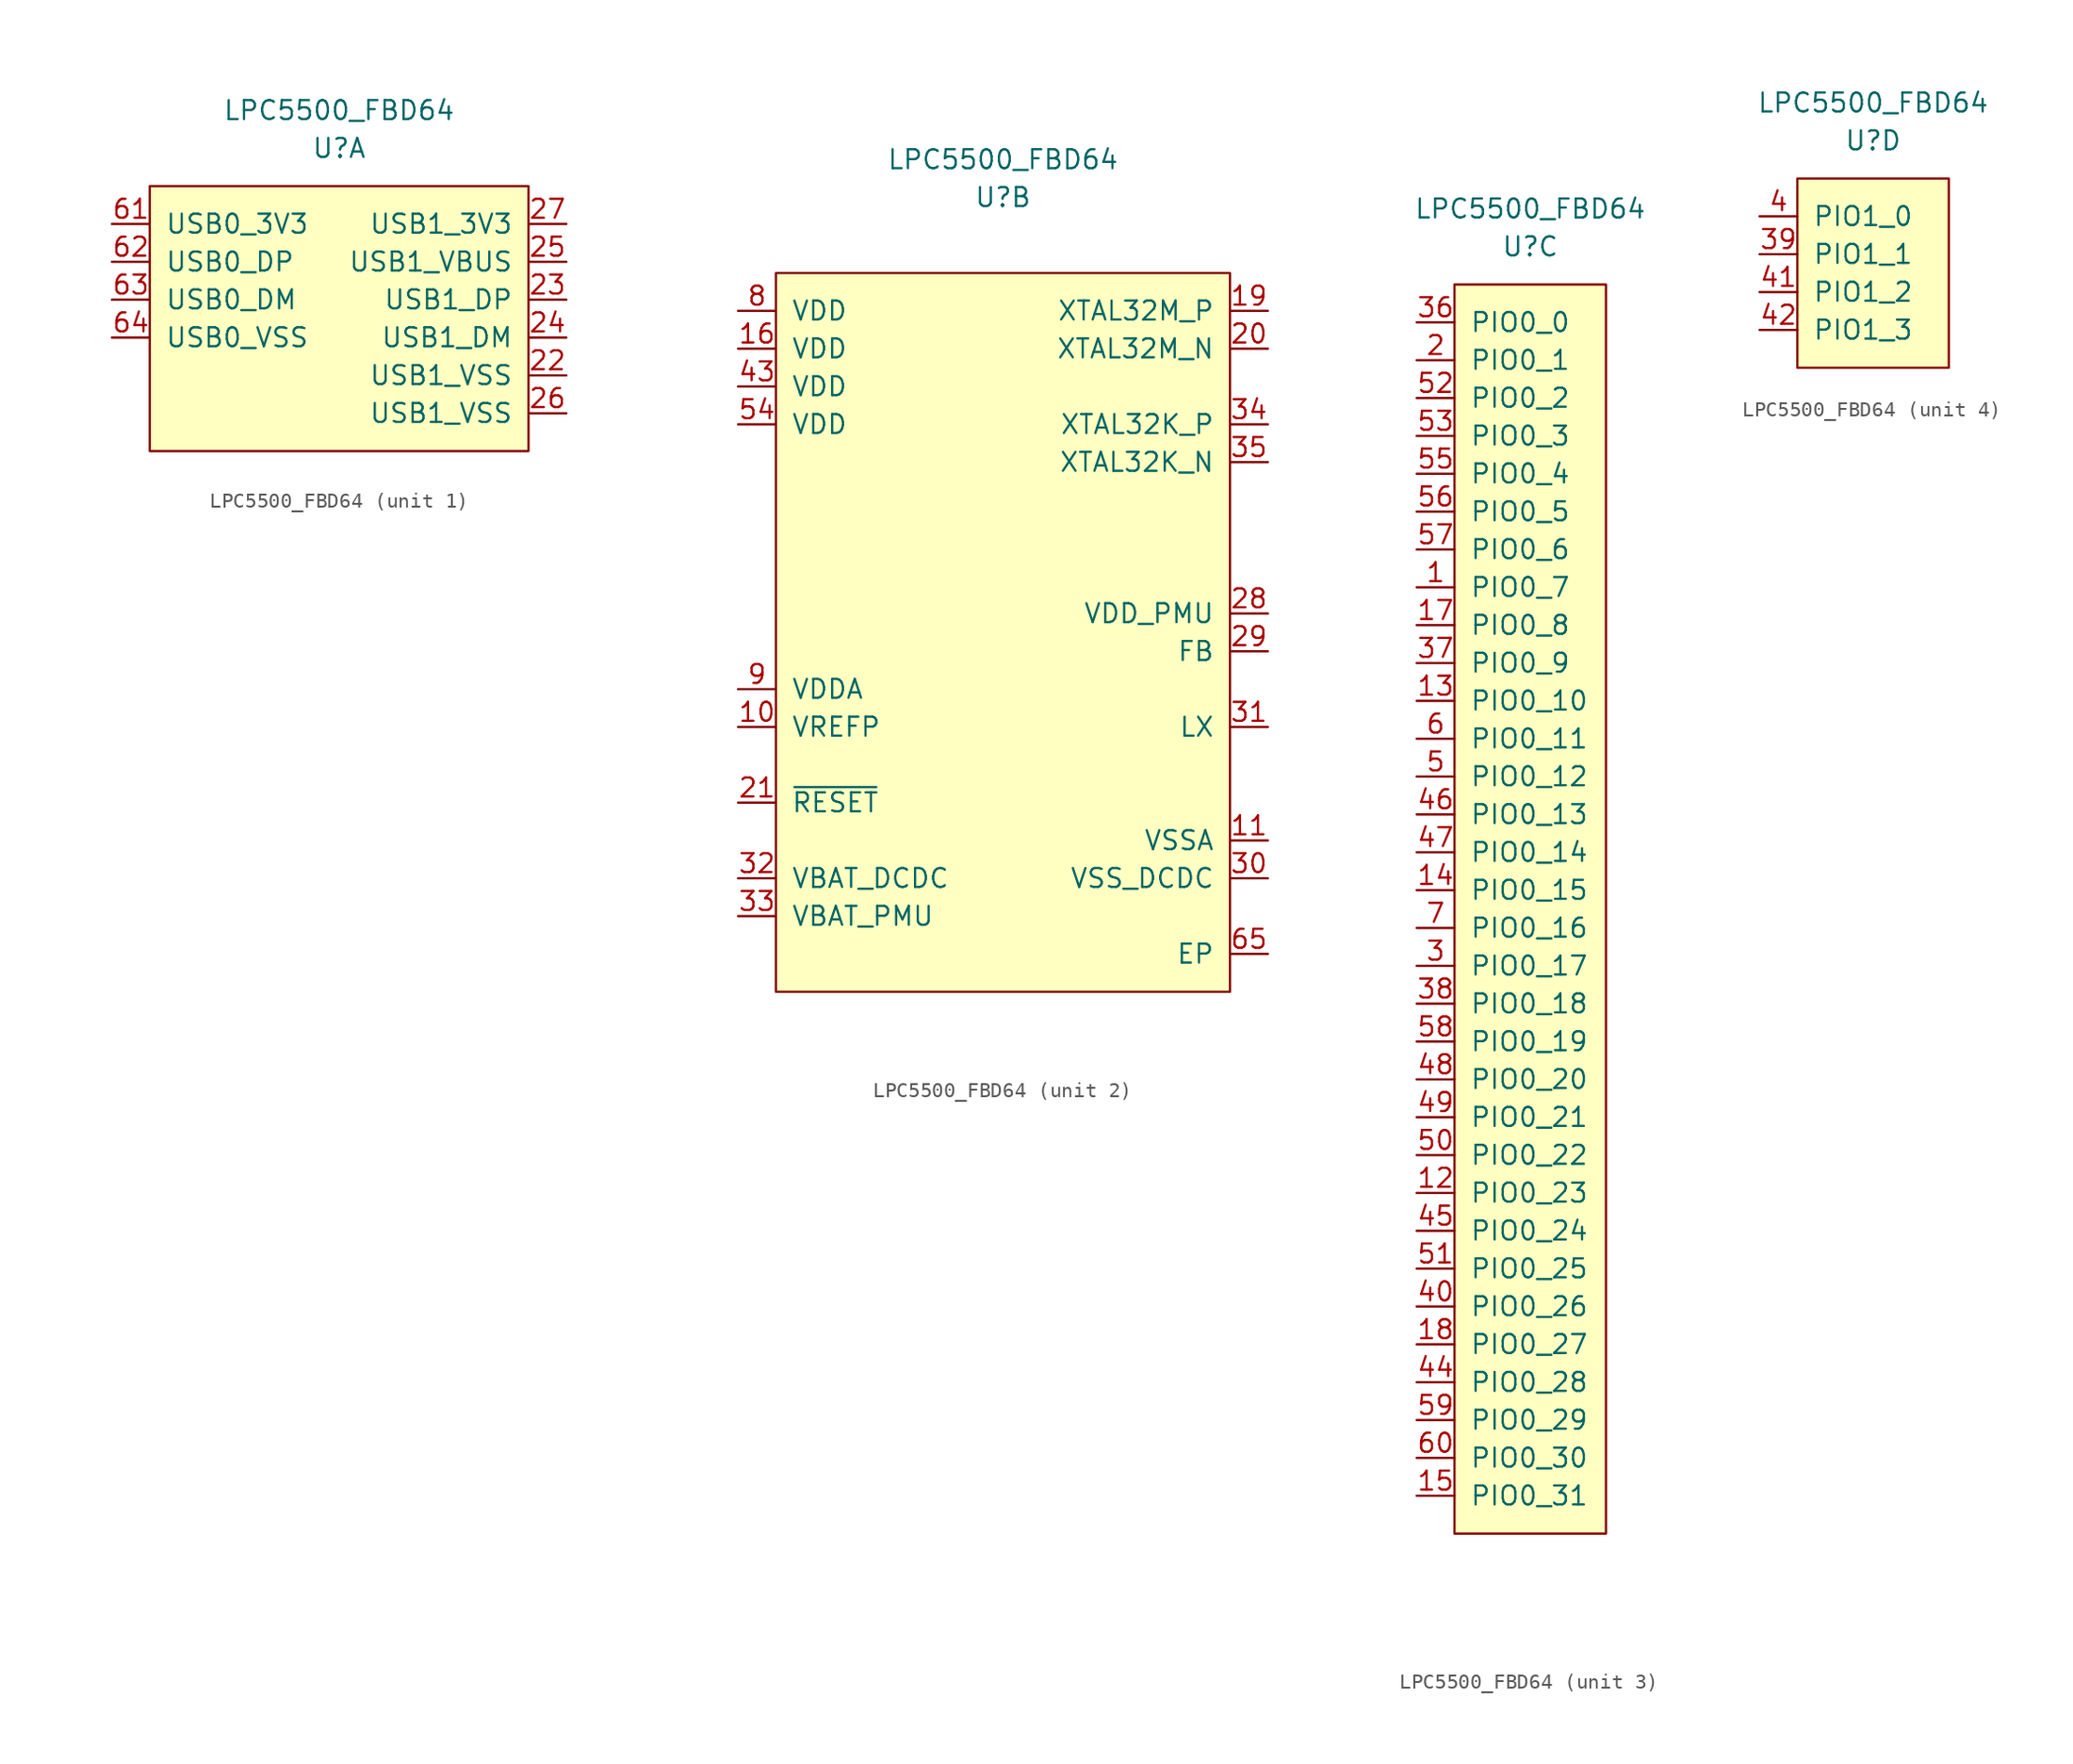
<source format=kicad_sym>
(kicad_symbol_lib
  (version 20220914)
  (generator kicad_symbol_editor)
  (symbol "LPC5500_FBD64"
    (pin_names
      (offset 1.016))
    (property "Reference" "U"
      (at 0 10.16 0)
      (effects (font (size 1.27 1.27))))
    (property "Value" "LPC5500_FBD64"
      (at 0 12.7 0)
      (effects (font (size 1.27 1.27))))
    (property "ki_locked" ""
      (at 0 0 0)
      (effects (font (size 1.27 1.27))))
    (symbol "LPC5500_FBD64_1_1"
      (rectangle (start -12.7 7.62) (end 12.7 -10.16) (stroke (width 0) (type default)) (fill (type background)))
      (pin power_in line (at 15.24 -5.08 180) (length 2.54) (name "USB1_VSS" (effects (font (size 1.27 1.27)))) (number "22" (effects (font (size 1.27 1.27)))))
      (pin bidirectional line (at 15.24 0 180) (length 2.54) (name "USB1_DP" (effects (font (size 1.27 1.27)))) (number "23" (effects (font (size 1.27 1.27)))))
      (pin bidirectional line (at 15.24 -2.54 180) (length 2.54) (name "USB1_DM" (effects (font (size 1.27 1.27)))) (number "24" (effects (font (size 1.27 1.27)))))
      (pin power_in line (at 15.24 2.54 180) (length 2.54) (name "USB1_VBUS" (effects (font (size 1.27 1.27)))) (number "25" (effects (font (size 1.27 1.27)))))
      (pin power_in line (at 15.24 -7.62 180) (length 2.54) (name "USB1_VSS" (effects (font (size 1.27 1.27)))) (number "26" (effects (font (size 1.27 1.27)))))
      (pin power_in line (at 15.24 5.08 180) (length 2.54) (name "USB1_3V3" (effects (font (size 1.27 1.27)))) (number "27" (effects (font (size 1.27 1.27)))))
      (pin power_in line (at -15.24 5.08 0) (length 2.54) (name "USB0_3V3" (effects (font (size 1.27 1.27)))) (number "61" (effects (font (size 1.27 1.27)))))
      (pin bidirectional line (at -15.24 2.54 0) (length 2.54) (name "USB0_DP" (effects (font (size 1.27 1.27)))) (number "62" (effects (font (size 1.27 1.27)))))
      (pin bidirectional line (at -15.24 0 0) (length 2.54) (name "USB0_DM" (effects (font (size 1.27 1.27)))) (number "63" (effects (font (size 1.27 1.27)))))
      (pin power_in line (at -15.24 -2.54 0) (length 2.54) (name "USB0_VSS" (effects (font (size 1.27 1.27)))) (number "64" (effects (font (size 1.27 1.27))))))
    (symbol "LPC5500_FBD64_2_1"
      (rectangle (start -15.24 5.08) (end 15.24 -43.18) (stroke (width 0) (type default)) (fill (type background)))
      (pin power_in line (at -17.78 -25.4 0) (length 2.54) (name "VREFP" (effects (font (size 1.27 1.27)))) (number "10" (effects (font (size 1.27 1.27)))))
      (pin power_in line (at 17.78 -33.02 180) (length 2.54) (name "VSSA" (effects (font (size 1.27 1.27)))) (number "11" (effects (font (size 1.27 1.27)))))
      (pin power_in line (at -17.78 0 0) (length 2.54) (name "VDD" (effects (font (size 1.27 1.27)))) (number "16" (effects (font (size 1.27 1.27)))))
      (pin input line (at 17.78 2.54 180) (length 2.54) (name "XTAL32M_P" (effects (font (size 1.27 1.27)))) (number "19" (effects (font (size 1.27 1.27)))))
      (pin input line (at 17.78 0 180) (length 2.54) (name "XTAL32M_N" (effects (font (size 1.27 1.27)))) (number "20" (effects (font (size 1.27 1.27)))))
      (pin input line (at -17.78 -30.48 0) (length 2.54) (name "~{RESET}" (effects (font (size 1.27 1.27)))) (number "21" (effects (font (size 1.27 1.27)))))
      (pin power_in line (at 17.78 -17.78 180) (length 2.54) (name "VDD_PMU" (effects (font (size 1.27 1.27)))) (number "28" (effects (font (size 1.27 1.27)))))
      (pin power_in line (at 17.78 -20.32 180) (length 2.54) (name "FB" (effects (font (size 1.27 1.27)))) (number "29" (effects (font (size 1.27 1.27)))))
      (pin power_in line (at 17.78 -35.56 180) (length 2.54) (name "VSS_DCDC" (effects (font (size 1.27 1.27)))) (number "30" (effects (font (size 1.27 1.27)))))
      (pin power_out line (at 17.78 -25.4 180) (length 2.54) (name "LX" (effects (font (size 1.27 1.27)))) (number "31" (effects (font (size 1.27 1.27)))))
      (pin power_in line (at -17.78 -35.56 0) (length 2.54) (name "VBAT_DCDC" (effects (font (size 1.27 1.27)))) (number "32" (effects (font (size 1.27 1.27)))))
      (pin power_in line (at -17.78 -38.1 0) (length 2.54) (name "VBAT_PMU" (effects (font (size 1.27 1.27)))) (number "33" (effects (font (size 1.27 1.27)))))
      (pin input line (at 17.78 -5.08 180) (length 2.54) (name "XTAL32K_P" (effects (font (size 1.27 1.27)))) (number "34" (effects (font (size 1.27 1.27)))))
      (pin input line (at 17.78 -7.62 180) (length 2.54) (name "XTAL32K_N" (effects (font (size 1.27 1.27)))) (number "35" (effects (font (size 1.27 1.27)))))
      (pin power_in line (at -17.78 -2.54 0) (length 2.54) (name "VDD" (effects (font (size 1.27 1.27)))) (number "43" (effects (font (size 1.27 1.27)))))
      (pin power_in line (at -17.78 -5.08 0) (length 2.54) (name "VDD" (effects (font (size 1.27 1.27)))) (number "54" (effects (font (size 1.27 1.27)))))
      (pin power_in line (at 17.78 -40.64 180) (length 2.54) (name "EP" (effects (font (size 1.27 1.27)))) (number "65" (effects (font (size 1.27 1.27)))))
      (pin power_in line (at -17.78 2.54 0) (length 2.54) (name "VDD" (effects (font (size 1.27 1.27)))) (number "8" (effects (font (size 1.27 1.27)))))
      (pin power_in line (at -17.78 -22.86 0) (length 2.54) (name "VDDA" (effects (font (size 1.27 1.27)))) (number "9" (effects (font (size 1.27 1.27))))))
    (symbol "LPC5500_FBD64_3_1"
      (rectangle (start -5.08 7.62) (end 5.08 -76.2) (stroke (width 0) (type default)) (fill (type background)))
      (pin bidirectional line (at -7.62 -12.7 0) (length 2.54) (name "PIO0_7" (effects (font (size 1.27 1.27)))) (number "1" (effects (font (size 1.27 1.27)))))
      (pin bidirectional line (at -7.62 -53.34 0) (length 2.54) (name "PIO0_23" (effects (font (size 1.27 1.27)))) (number "12" (effects (font (size 1.27 1.27)))))
      (pin bidirectional line (at -7.62 -20.32 0) (length 2.54) (name "PIO0_10" (effects (font (size 1.27 1.27)))) (number "13" (effects (font (size 1.27 1.27)))))
      (pin bidirectional line (at -7.62 -33.02 0) (length 2.54) (name "PIO0_15" (effects (font (size 1.27 1.27)))) (number "14" (effects (font (size 1.27 1.27)))))
      (pin bidirectional line (at -7.62 -73.66 0) (length 2.54) (name "PIO0_31" (effects (font (size 1.27 1.27)))) (number "15" (effects (font (size 1.27 1.27)))))
      (pin bidirectional line (at -7.62 -15.24 0) (length 2.54) (name "PIO0_8" (effects (font (size 1.27 1.27)))) (number "17" (effects (font (size 1.27 1.27)))))
      (pin bidirectional line (at -7.62 -63.5 0) (length 2.54) (name "PIO0_27" (effects (font (size 1.27 1.27)))) (number "18" (effects (font (size 1.27 1.27)))))
      (pin bidirectional line (at -7.62 2.54 0) (length 2.54) (name "PIO0_1" (effects (font (size 1.27 1.27)))) (number "2" (effects (font (size 1.27 1.27)))))
      (pin bidirectional line (at -7.62 -38.1 0) (length 2.54) (name "PIO0_17" (effects (font (size 1.27 1.27)))) (number "3" (effects (font (size 1.27 1.27)))))
      (pin bidirectional line (at -7.62 5.08 0) (length 2.54) (name "PIO0_0" (effects (font (size 1.27 1.27)))) (number "36" (effects (font (size 1.27 1.27)))))
      (pin bidirectional line (at -7.62 -17.78 0) (length 2.54) (name "PIO0_9" (effects (font (size 1.27 1.27)))) (number "37" (effects (font (size 1.27 1.27)))))
      (pin bidirectional line (at -7.62 -40.64 0) (length 2.54) (name "PIO0_18" (effects (font (size 1.27 1.27)))) (number "38" (effects (font (size 1.27 1.27)))))
      (pin bidirectional line (at -7.62 -60.96 0) (length 2.54) (name "PIO0_26" (effects (font (size 1.27 1.27)))) (number "40" (effects (font (size 1.27 1.27)))))
      (pin bidirectional line (at -7.62 -66.04 0) (length 2.54) (name "PIO0_28" (effects (font (size 1.27 1.27)))) (number "44" (effects (font (size 1.27 1.27)))))
      (pin bidirectional line (at -7.62 -55.88 0) (length 2.54) (name "PIO0_24" (effects (font (size 1.27 1.27)))) (number "45" (effects (font (size 1.27 1.27)))))
      (pin bidirectional line (at -7.62 -27.94 0) (length 2.54) (name "PIO0_13" (effects (font (size 1.27 1.27)))) (number "46" (effects (font (size 1.27 1.27)))))
      (pin bidirectional line (at -7.62 -30.48 0) (length 2.54) (name "PIO0_14" (effects (font (size 1.27 1.27)))) (number "47" (effects (font (size 1.27 1.27)))))
      (pin bidirectional line (at -7.62 -45.72 0) (length 2.54) (name "PIO0_20" (effects (font (size 1.27 1.27)))) (number "48" (effects (font (size 1.27 1.27)))))
      (pin bidirectional line (at -7.62 -48.26 0) (length 2.54) (name "PIO0_21" (effects (font (size 1.27 1.27)))) (number "49" (effects (font (size 1.27 1.27)))))
      (pin bidirectional line (at -7.62 -25.4 0) (length 2.54) (name "PIO0_12" (effects (font (size 1.27 1.27)))) (number "5" (effects (font (size 1.27 1.27)))))
      (pin bidirectional line (at -7.62 -50.8 0) (length 2.54) (name "PIO0_22" (effects (font (size 1.27 1.27)))) (number "50" (effects (font (size 1.27 1.27)))))
      (pin bidirectional line (at -7.62 -58.42 0) (length 2.54) (name "PIO0_25" (effects (font (size 1.27 1.27)))) (number "51" (effects (font (size 1.27 1.27)))))
      (pin bidirectional line (at -7.62 0 0) (length 2.54) (name "PIO0_2" (effects (font (size 1.27 1.27)))) (number "52" (effects (font (size 1.27 1.27)))))
      (pin bidirectional line (at -7.62 -2.54 0) (length 2.54) (name "PIO0_3" (effects (font (size 1.27 1.27)))) (number "53" (effects (font (size 1.27 1.27)))))
      (pin bidirectional line (at -7.62 -5.08 0) (length 2.54) (name "PIO0_4" (effects (font (size 1.27 1.27)))) (number "55" (effects (font (size 1.27 1.27)))))
      (pin bidirectional line (at -7.62 -7.62 0) (length 2.54) (name "PIO0_5" (effects (font (size 1.27 1.27)))) (number "56" (effects (font (size 1.27 1.27)))))
      (pin bidirectional line (at -7.62 -10.16 0) (length 2.54) (name "PIO0_6" (effects (font (size 1.27 1.27)))) (number "57" (effects (font (size 1.27 1.27)))))
      (pin bidirectional line (at -7.62 -43.18 0) (length 2.54) (name "PIO0_19" (effects (font (size 1.27 1.27)))) (number "58" (effects (font (size 1.27 1.27)))))
      (pin bidirectional line (at -7.62 -68.58 0) (length 2.54) (name "PIO0_29" (effects (font (size 1.27 1.27)))) (number "59" (effects (font (size 1.27 1.27)))))
      (pin bidirectional line (at -7.62 -22.86 0) (length 2.54) (name "PIO0_11" (effects (font (size 1.27 1.27)))) (number "6" (effects (font (size 1.27 1.27)))))
      (pin bidirectional line (at -7.62 -71.12 0) (length 2.54) (name "PIO0_30" (effects (font (size 1.27 1.27)))) (number "60" (effects (font (size 1.27 1.27)))))
      (pin bidirectional line (at -7.62 -35.56 0) (length 2.54) (name "PIO0_16" (effects (font (size 1.27 1.27)))) (number "7" (effects (font (size 1.27 1.27))))))
    (symbol "LPC5500_FBD64_4_1"
      (rectangle (start -5.08 7.62) (end 5.08 -5.08) (stroke (width 0) (type default)) (fill (type background)))
      (pin bidirectional line (at -7.62 2.54 0) (length 2.54) (name "PIO1_1" (effects (font (size 1.27 1.27)))) (number "39" (effects (font (size 1.27 1.27)))))
      (pin bidirectional line (at -7.62 5.08 0) (length 2.54) (name "PIO1_0" (effects (font (size 1.27 1.27)))) (number "4" (effects (font (size 1.27 1.27)))))
      (pin bidirectional line (at -7.62 0 0) (length 2.54) (name "PIO1_2" (effects (font (size 1.27 1.27)))) (number "41" (effects (font (size 1.27 1.27)))))
      (pin bidirectional line (at -7.62 -2.54 0) (length 2.54) (name "PIO1_3" (effects (font (size 1.27 1.27)))) (number "42" (effects (font (size 1.27 1.27))))))))
</source>
